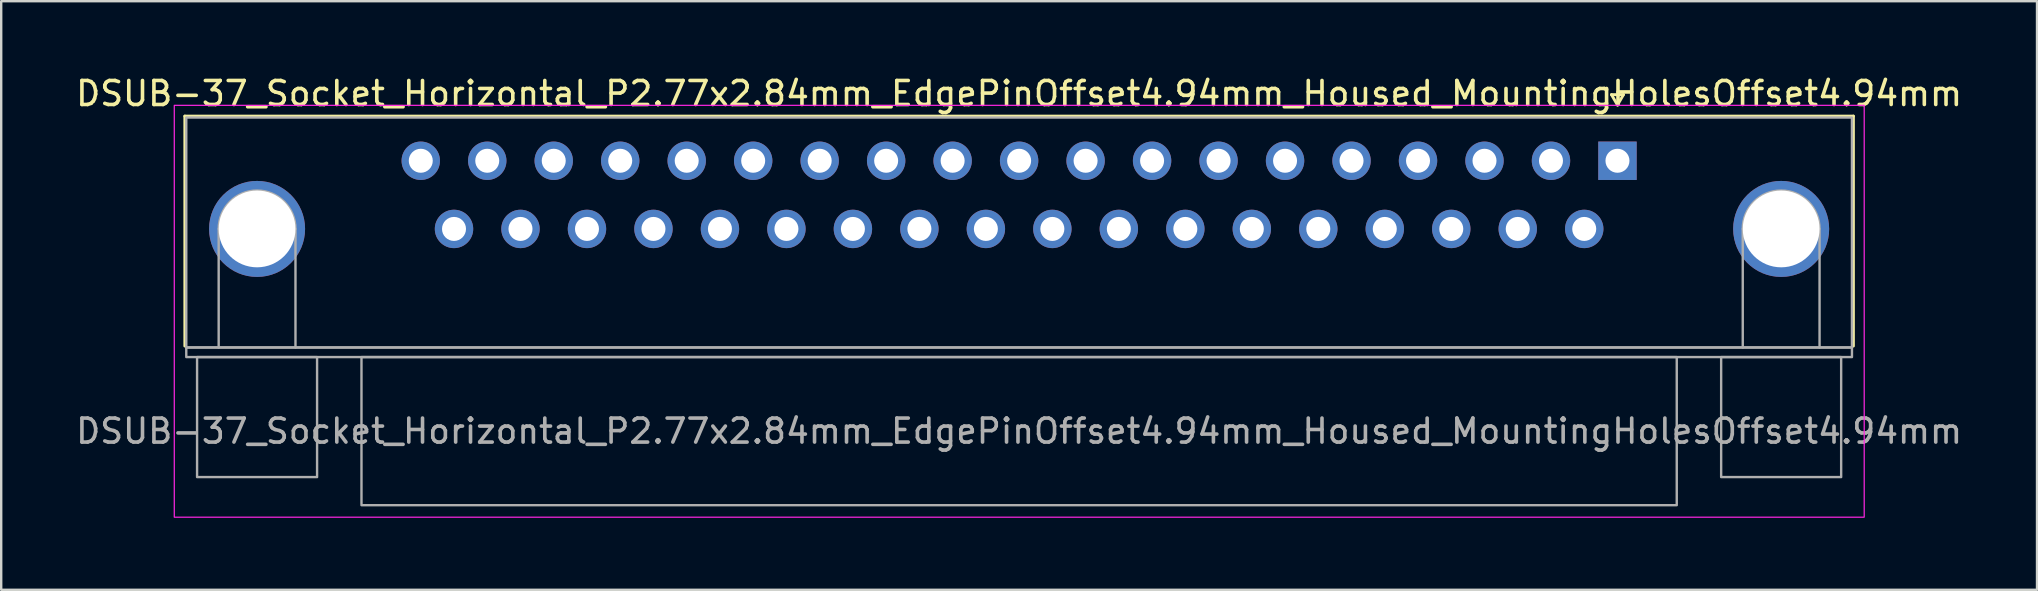
<source format=kicad_pcb>
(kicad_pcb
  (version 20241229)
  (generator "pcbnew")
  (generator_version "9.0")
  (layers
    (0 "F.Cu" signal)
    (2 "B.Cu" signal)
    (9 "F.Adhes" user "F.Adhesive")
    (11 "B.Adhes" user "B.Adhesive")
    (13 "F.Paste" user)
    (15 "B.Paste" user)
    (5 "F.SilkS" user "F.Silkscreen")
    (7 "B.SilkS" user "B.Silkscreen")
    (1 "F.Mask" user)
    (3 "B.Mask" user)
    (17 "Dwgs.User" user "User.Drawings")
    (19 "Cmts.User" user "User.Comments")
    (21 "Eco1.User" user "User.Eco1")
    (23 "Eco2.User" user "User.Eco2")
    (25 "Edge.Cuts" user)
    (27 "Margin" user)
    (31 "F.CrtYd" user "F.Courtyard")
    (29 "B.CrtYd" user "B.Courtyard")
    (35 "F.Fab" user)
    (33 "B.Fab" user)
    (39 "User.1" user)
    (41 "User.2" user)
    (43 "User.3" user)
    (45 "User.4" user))
  (footprint "DSUB-37_Socket_Horizontal_P2.77x2.84mm_EdgePinOffset4.94mm_Housed_MountingHolesOffset4.94mm"
    (layer "F.Cu")
    (at 64.341 3.648)
    (property "Reference" "DSUB-37_Socket_Horizontal_P2.77x2.84mm_EdgePinOffset4.94mm_Housed_MountingHolesOffset4.94mm" (at -24.93 -2.8 0) (layer "F.SilkS") (effects (font (size 1 1) (thickness 0.15))))
    (attr through_hole)
    (fp_line (start -59.69 -1.86) (end 9.83 -1.86) (stroke (width 0.12) (type solid)) (layer "F.SilkS"))
    (fp_line (start -59.69 7.72) (end -59.69 -1.86) (stroke (width 0.12) (type solid)) (layer "F.SilkS"))
    (fp_line (start -0.25 -2.754) (end 0.25 -2.754) (stroke (width 0.12) (type solid)) (layer "F.SilkS"))
    (fp_line (start 0 -2.321) (end -0.25 -2.754) (stroke (width 0.12) (type solid)) (layer "F.SilkS"))
    (fp_line (start 0.25 -2.754) (end 0 -2.321) (stroke (width 0.12) (type solid)) (layer "F.SilkS"))
    (fp_line (start 9.83 -1.86) (end 9.83 7.72) (stroke (width 0.12) (type solid)) (layer "F.SilkS"))
    (fp_rect (start -60.13 -2.31) (end 10.28 14.85) (stroke (width 0.05) (type solid)) (fill no) (layer "F.CrtYd"))
    (fp_line (start -58.28 7.78) (end -58.28 2.84) (stroke (width 0.1) (type solid)) (layer "F.Fab"))
    (fp_line (start -55.08 7.78) (end -55.08 2.84) (stroke (width 0.1) (type solid)) (layer "F.Fab"))
    (fp_line (start 5.22 7.78) (end 5.22 2.84) (stroke (width 0.1) (type solid)) (layer "F.Fab"))
    (fp_line (start 8.42 7.78) (end 8.42 2.84) (stroke (width 0.1) (type solid)) (layer "F.Fab"))
    (fp_rect (start -59.63 -1.8) (end 9.77 7.78) (stroke (width 0.1) (type solid)) (fill no) (layer "F.Fab"))
    (fp_rect (start -59.63 7.78) (end 9.77 8.18) (stroke (width 0.1) (type solid)) (fill no) (layer "F.Fab"))
    (fp_rect (start -59.18 8.18) (end -54.18 13.18) (stroke (width 0.1) (type solid)) (fill no) (layer "F.Fab"))
    (fp_rect (start -52.33 8.18) (end 2.47 14.35) (stroke (width 0.1) (type solid)) (fill no) (layer "F.Fab"))
    (fp_rect (start 4.32 8.18) (end 9.32 13.18) (stroke (width 0.1) (type solid)) (fill no) (layer "F.Fab"))
    (fp_arc (start -58.28 2.84) (mid -56.68 1.24) (end -55.08 2.84) (stroke (width 0.1) (type solid)) (layer "F.Fab"))
    (fp_arc (start 5.22 2.84) (mid 6.82 1.24) (end 8.42 2.84) (stroke (width 0.1) (type solid)) (layer "F.Fab"))
    (fp_text user "${REFERENCE}" (at -24.93 11.265 0) (layer "F.Fab") (effects (font (size 1 1) (thickness 0.15))))
    (pad "1" thru_hole rect (at 0 0) (size 1.6 1.6) (drill 1) (layers "*.Cu" "*.Mask"))
    (pad "2" thru_hole circle (at -2.77 0) (size 1.6 1.6) (drill 1) (layers "*.Cu" "*.Mask"))
    (pad "3" thru_hole circle (at -5.54 0) (size 1.6 1.6) (drill 1) (layers "*.Cu" "*.Mask"))
    (pad "4" thru_hole circle (at -8.31 0) (size 1.6 1.6) (drill 1) (layers "*.Cu" "*.Mask"))
    (pad "5" thru_hole circle (at -11.08 0) (size 1.6 1.6) (drill 1) (layers "*.Cu" "*.Mask"))
    (pad "6" thru_hole circle (at -13.85 0) (size 1.6 1.6) (drill 1) (layers "*.Cu" "*.Mask"))
    (pad "7" thru_hole circle (at -16.62 0) (size 1.6 1.6) (drill 1) (layers "*.Cu" "*.Mask"))
    (pad "8" thru_hole circle (at -19.39 0) (size 1.6 1.6) (drill 1) (layers "*.Cu" "*.Mask"))
    (pad "9" thru_hole circle (at -22.16 0) (size 1.6 1.6) (drill 1) (layers "*.Cu" "*.Mask"))
    (pad "10" thru_hole circle (at -24.93 0) (size 1.6 1.6) (drill 1) (layers "*.Cu" "*.Mask"))
    (pad "11" thru_hole circle (at -27.7 0) (size 1.6 1.6) (drill 1) (layers "*.Cu" "*.Mask"))
    (pad "12" thru_hole circle (at -30.47 0) (size 1.6 1.6) (drill 1) (layers "*.Cu" "*.Mask"))
    (pad "13" thru_hole circle (at -33.24 0) (size 1.6 1.6) (drill 1) (layers "*.Cu" "*.Mask"))
    (pad "14" thru_hole circle (at -36.01 0) (size 1.6 1.6) (drill 1) (layers "*.Cu" "*.Mask"))
    (pad "15" thru_hole circle (at -38.78 0) (size 1.6 1.6) (drill 1) (layers "*.Cu" "*.Mask"))
    (pad "16" thru_hole circle (at -41.55 0) (size 1.6 1.6) (drill 1) (layers "*.Cu" "*.Mask"))
    (pad "17" thru_hole circle (at -44.32 0) (size 1.6 1.6) (drill 1) (layers "*.Cu" "*.Mask"))
    (pad "18" thru_hole circle (at -47.09 0) (size 1.6 1.6) (drill 1) (layers "*.Cu" "*.Mask"))
    (pad "19" thru_hole circle (at -49.86 0) (size 1.6 1.6) (drill 1) (layers "*.Cu" "*.Mask"))
    (pad "20" thru_hole circle (at -1.385 2.84) (size 1.6 1.6) (drill 1) (layers "*.Cu" "*.Mask"))
    (pad "21" thru_hole circle (at -4.155 2.84) (size 1.6 1.6) (drill 1) (layers "*.Cu" "*.Mask"))
    (pad "22" thru_hole circle (at -6.925 2.84) (size 1.6 1.6) (drill 1) (layers "*.Cu" "*.Mask"))
    (pad "23" thru_hole circle (at -9.695 2.84) (size 1.6 1.6) (drill 1) (layers "*.Cu" "*.Mask"))
    (pad "24" thru_hole circle (at -12.465 2.84) (size 1.6 1.6) (drill 1) (layers "*.Cu" "*.Mask"))
    (pad "25" thru_hole circle (at -15.235 2.84) (size 1.6 1.6) (drill 1) (layers "*.Cu" "*.Mask"))
    (pad "26" thru_hole circle (at -18.005 2.84) (size 1.6 1.6) (drill 1) (layers "*.Cu" "*.Mask"))
    (pad "27" thru_hole circle (at -20.775 2.84) (size 1.6 1.6) (drill 1) (layers "*.Cu" "*.Mask"))
    (pad "28" thru_hole circle (at -23.545 2.84) (size 1.6 1.6) (drill 1) (layers "*.Cu" "*.Mask"))
    (pad "29" thru_hole circle (at -26.315 2.84) (size 1.6 1.6) (drill 1) (layers "*.Cu" "*.Mask"))
    (pad "30" thru_hole circle (at -29.085 2.84) (size 1.6 1.6) (drill 1) (layers "*.Cu" "*.Mask"))
    (pad "31" thru_hole circle (at -31.855 2.84) (size 1.6 1.6) (drill 1) (layers "*.Cu" "*.Mask"))
    (pad "32" thru_hole circle (at -34.625 2.84) (size 1.6 1.6) (drill 1) (layers "*.Cu" "*.Mask"))
    (pad "33" thru_hole circle (at -37.395 2.84) (size 1.6 1.6) (drill 1) (layers "*.Cu" "*.Mask"))
    (pad "34" thru_hole circle (at -40.165 2.84) (size 1.6 1.6) (drill 1) (layers "*.Cu" "*.Mask"))
    (pad "35" thru_hole circle (at -42.935 2.84) (size 1.6 1.6) (drill 1) (layers "*.Cu" "*.Mask"))
    (pad "36" thru_hole circle (at -45.705 2.84) (size 1.6 1.6) (drill 1) (layers "*.Cu" "*.Mask"))
    (pad "37" thru_hole circle (at -48.475 2.84) (size 1.6 1.6) (drill 1) (layers "*.Cu" "*.Mask"))
    (pad "SH" thru_hole circle (at -56.68 2.84) (size 4 4) (drill 3.2) (layers "*.Cu" "*.Mask"))
    (pad "SH" thru_hole circle (at 6.82 2.84) (size 4 4) (drill 3.2) (layers "*.Cu" "*.Mask")))
  (gr_rect
    (start -3 -3)
    (end 81.821 21.523)
    (stroke (width 0.1) (type default))
    (fill no)
    (layer "Edge.Cuts")))
</source>
